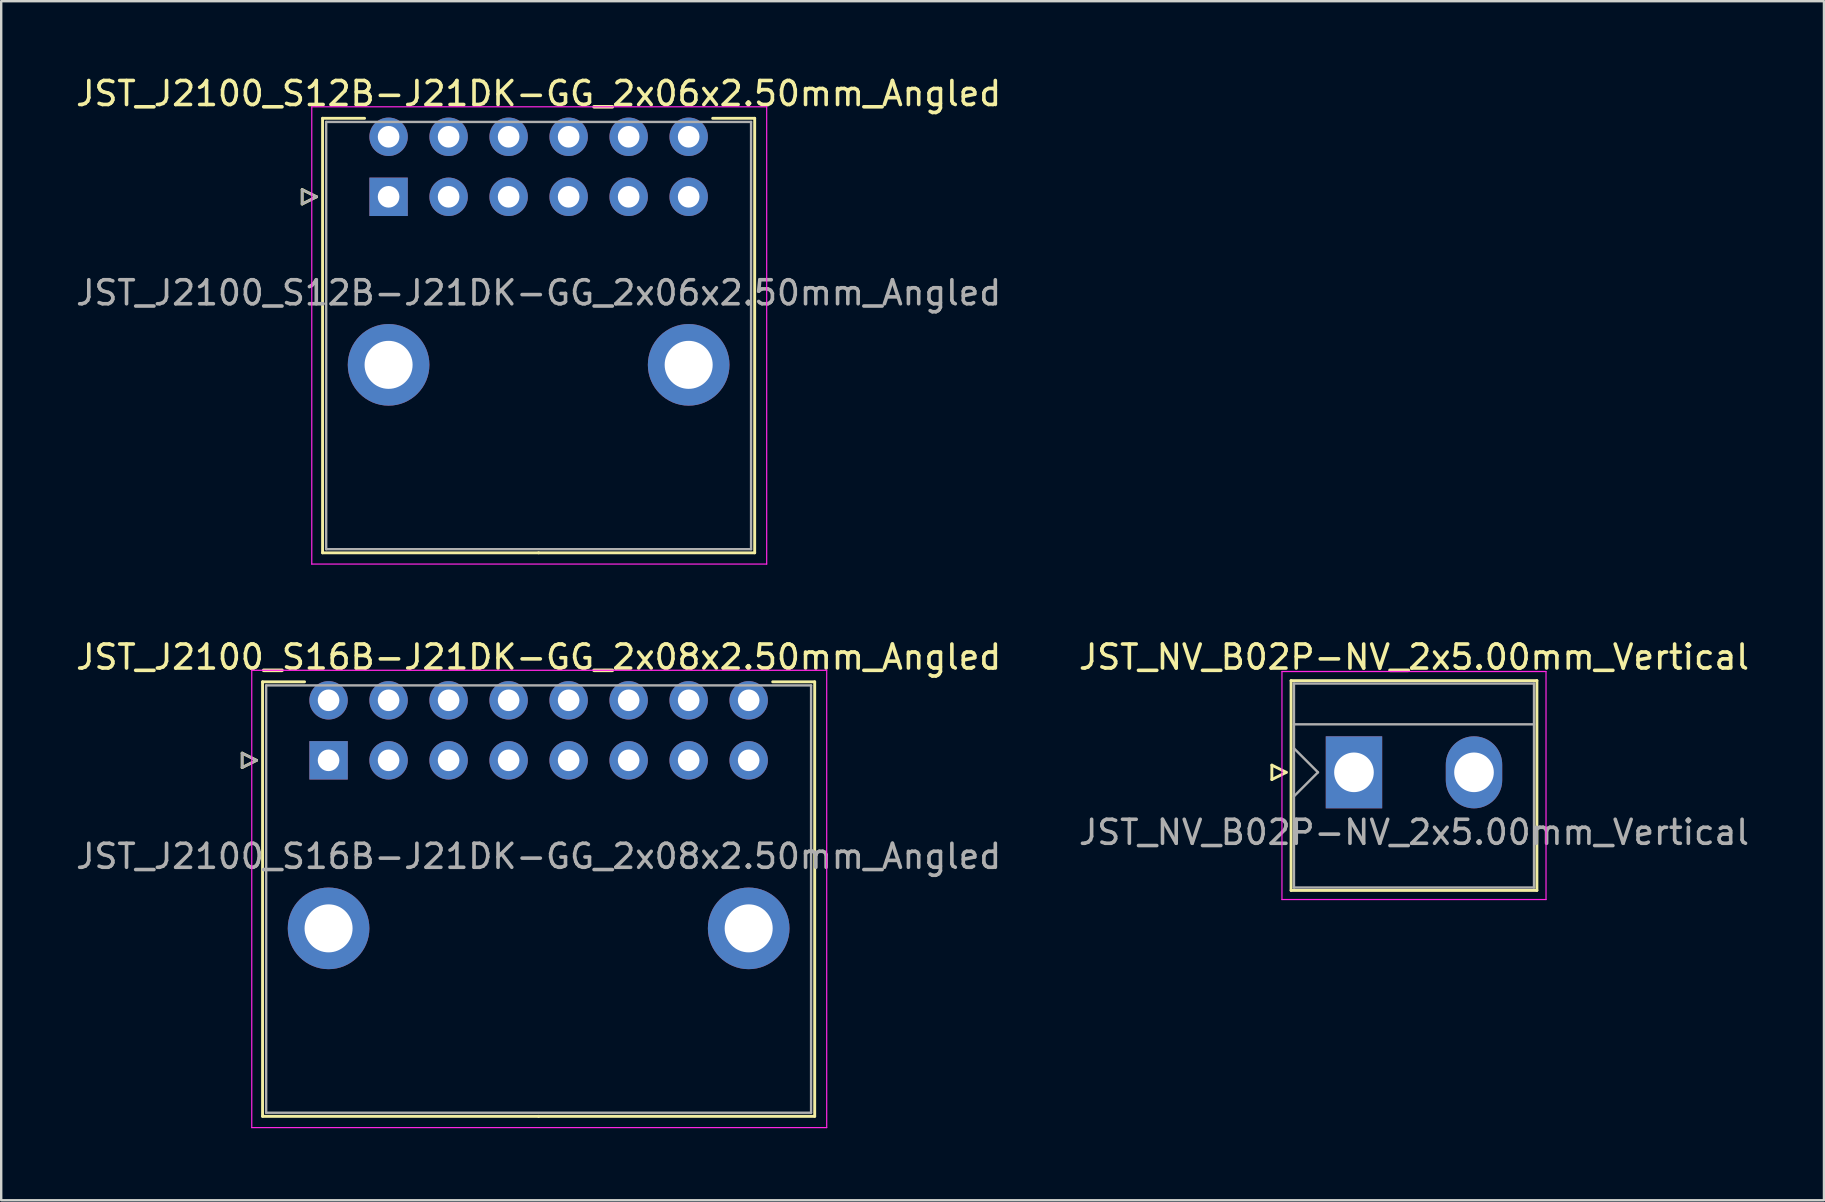
<source format=kicad_pcb>
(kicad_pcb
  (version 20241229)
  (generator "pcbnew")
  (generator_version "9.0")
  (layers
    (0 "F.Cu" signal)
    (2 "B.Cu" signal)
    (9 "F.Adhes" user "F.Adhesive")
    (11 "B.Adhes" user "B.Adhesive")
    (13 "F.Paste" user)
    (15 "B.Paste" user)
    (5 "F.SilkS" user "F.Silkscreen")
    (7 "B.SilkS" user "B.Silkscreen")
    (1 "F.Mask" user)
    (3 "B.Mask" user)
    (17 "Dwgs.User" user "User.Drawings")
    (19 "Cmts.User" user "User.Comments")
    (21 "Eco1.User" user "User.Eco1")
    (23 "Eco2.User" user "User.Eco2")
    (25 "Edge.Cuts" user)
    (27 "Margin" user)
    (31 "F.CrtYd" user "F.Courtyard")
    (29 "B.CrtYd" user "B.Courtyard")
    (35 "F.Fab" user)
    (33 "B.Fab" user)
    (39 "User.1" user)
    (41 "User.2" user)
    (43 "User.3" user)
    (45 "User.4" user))
  (footprint "JST_J2100_S12B-J21DK-GG_2x06x2.50mm_Angled"
    (layer "F.Cu")
    (at 13.137 5.148)
    (property "Reference" "JST_J2100_S12B-J21DK-GG_2x06x2.50mm_Angled" (at 6.25 -4.3 0) (layer "F.SilkS") (effects (font (size 1 1) (thickness 0.15))))
    (attr through_hole)
    (fp_line (start -3.6 -0.3) (end -3 0) (stroke (width 0.12) (type solid)) (layer "F.SilkS"))
    (fp_line (start -3.6 0.3) (end -3.6 -0.3) (stroke (width 0.12) (type solid)) (layer "F.SilkS"))
    (fp_line (start -3 0) (end -3.6 0.3) (stroke (width 0.12) (type solid)) (layer "F.SilkS"))
    (fp_line (start -2.75 -3.27) (end -2.75 14.83) (stroke (width 0.12) (type solid)) (layer "F.SilkS"))
    (fp_line (start -2.75 14.83) (end 6.25 14.83) (stroke (width 0.12) (type solid)) (layer "F.SilkS"))
    (fp_line (start -1 -3.27) (end -2.75 -3.27) (stroke (width 0.12) (type solid)) (layer "F.SilkS"))
    (fp_line (start 13.5 -3.27) (end 15.25 -3.27) (stroke (width 0.12) (type solid)) (layer "F.SilkS"))
    (fp_line (start 15.25 -3.27) (end 15.25 14.83) (stroke (width 0.12) (type solid)) (layer "F.SilkS"))
    (fp_line (start 15.25 14.83) (end 6.25 14.83) (stroke (width 0.12) (type solid)) (layer "F.SilkS"))
    (fp_line (start -3.2 -3.75) (end -3.2 15.3) (stroke (width 0.05) (type solid)) (layer "F.CrtYd"))
    (fp_line (start -3.2 15.3) (end 15.75 15.3) (stroke (width 0.05) (type solid)) (layer "F.CrtYd"))
    (fp_line (start 15.75 -3.75) (end -3.2 -3.75) (stroke (width 0.05) (type solid)) (layer "F.CrtYd"))
    (fp_line (start 15.75 15.3) (end 15.75 -3.75) (stroke (width 0.05) (type solid)) (layer "F.CrtYd"))
    (fp_line (start -3.6 -0.3) (end -3 0) (stroke (width 0.1) (type solid)) (layer "F.Fab"))
    (fp_line (start -3.6 0.3) (end -3.6 -0.3) (stroke (width 0.1) (type solid)) (layer "F.Fab"))
    (fp_line (start -3 0) (end -3.6 0.3) (stroke (width 0.1) (type solid)) (layer "F.Fab"))
    (fp_line (start -2.6 -3.12) (end -2.6 14.68) (stroke (width 0.1) (type solid)) (layer "F.Fab"))
    (fp_line (start -2.6 14.68) (end 15.1 14.68) (stroke (width 0.1) (type solid)) (layer "F.Fab"))
    (fp_line (start 15.1 -3.12) (end -2.6 -3.12) (stroke (width 0.1) (type solid)) (layer "F.Fab"))
    (fp_line (start 15.1 14.68) (end 15.1 -3.12) (stroke (width 0.1) (type solid)) (layer "F.Fab"))
    (fp_text user "${REFERENCE}" (at 6.25 4 0) (layer "F.Fab") (effects (font (size 1 1) (thickness 0.15))))
    (pad "" thru_hole circle (at 0 7) (size 3.4 3.4) (drill 2) (layers "*.Cu" "*.Mask"))
    (pad "" thru_hole circle (at 12.5 7) (size 3.4 3.4) (drill 2) (layers "*.Cu" "*.Mask"))
    (pad "1" thru_hole rect (at 0 0) (size 1.6 1.6) (drill 0.9) (layers "*.Cu" "*.Mask"))
    (pad "2" thru_hole circle (at 0 -2.5) (size 1.6 1.6) (drill 0.9) (layers "*.Cu" "*.Mask"))
    (pad "3" thru_hole circle (at 2.5 0) (size 1.6 1.6) (drill 0.9) (layers "*.Cu" "*.Mask"))
    (pad "4" thru_hole circle (at 2.5 -2.5) (size 1.6 1.6) (drill 0.9) (layers "*.Cu" "*.Mask"))
    (pad "5" thru_hole circle (at 5 0) (size 1.6 1.6) (drill 0.9) (layers "*.Cu" "*.Mask"))
    (pad "6" thru_hole circle (at 5 -2.5) (size 1.6 1.6) (drill 0.9) (layers "*.Cu" "*.Mask"))
    (pad "7" thru_hole circle (at 7.5 0) (size 1.6 1.6) (drill 0.9) (layers "*.Cu" "*.Mask"))
    (pad "8" thru_hole circle (at 7.5 -2.5) (size 1.6 1.6) (drill 0.9) (layers "*.Cu" "*.Mask"))
    (pad "9" thru_hole circle (at 10 0) (size 1.6 1.6) (drill 0.9) (layers "*.Cu" "*.Mask"))
    (pad "10" thru_hole circle (at 10 -2.5) (size 1.6 1.6) (drill 0.9) (layers "*.Cu" "*.Mask"))
    (pad "11" thru_hole circle (at 12.5 0) (size 1.6 1.6) (drill 0.9) (layers "*.Cu" "*.Mask"))
    (pad "12" thru_hole circle (at 12.5 -2.5) (size 1.6 1.6) (drill 0.9) (layers "*.Cu" "*.Mask")))
  (footprint "JST_J2100_S16B-J21DK-GG_2x08x2.50mm_Angled"
    (layer "F.Cu")
    (at 10.637 28.622)
    (property "Reference" "JST_J2100_S16B-J21DK-GG_2x08x2.50mm_Angled" (at 8.75 -4.3 0) (layer "F.SilkS") (effects (font (size 1 1) (thickness 0.15))))
    (attr through_hole)
    (fp_line (start -3.6 -0.3) (end -3 0) (stroke (width 0.12) (type solid)) (layer "F.SilkS"))
    (fp_line (start -3.6 0.3) (end -3.6 -0.3) (stroke (width 0.12) (type solid)) (layer "F.SilkS"))
    (fp_line (start -3 0) (end -3.6 0.3) (stroke (width 0.12) (type solid)) (layer "F.SilkS"))
    (fp_line (start -2.75 -3.27) (end -2.75 14.83) (stroke (width 0.12) (type solid)) (layer "F.SilkS"))
    (fp_line (start -2.75 14.83) (end 8.75 14.83) (stroke (width 0.12) (type solid)) (layer "F.SilkS"))
    (fp_line (start -1 -3.27) (end -2.75 -3.27) (stroke (width 0.12) (type solid)) (layer "F.SilkS"))
    (fp_line (start 18.5 -3.27) (end 20.25 -3.27) (stroke (width 0.12) (type solid)) (layer "F.SilkS"))
    (fp_line (start 20.25 -3.27) (end 20.25 14.83) (stroke (width 0.12) (type solid)) (layer "F.SilkS"))
    (fp_line (start 20.25 14.83) (end 8.75 14.83) (stroke (width 0.12) (type solid)) (layer "F.SilkS"))
    (fp_line (start -3.2 -3.75) (end -3.2 15.3) (stroke (width 0.05) (type solid)) (layer "F.CrtYd"))
    (fp_line (start -3.2 15.3) (end 20.75 15.3) (stroke (width 0.05) (type solid)) (layer "F.CrtYd"))
    (fp_line (start 20.75 -3.75) (end -3.2 -3.75) (stroke (width 0.05) (type solid)) (layer "F.CrtYd"))
    (fp_line (start 20.75 15.3) (end 20.75 -3.75) (stroke (width 0.05) (type solid)) (layer "F.CrtYd"))
    (fp_line (start -3.6 -0.3) (end -3 0) (stroke (width 0.1) (type solid)) (layer "F.Fab"))
    (fp_line (start -3.6 0.3) (end -3.6 -0.3) (stroke (width 0.1) (type solid)) (layer "F.Fab"))
    (fp_line (start -3 0) (end -3.6 0.3) (stroke (width 0.1) (type solid)) (layer "F.Fab"))
    (fp_line (start -2.6 -3.12) (end -2.6 14.68) (stroke (width 0.1) (type solid)) (layer "F.Fab"))
    (fp_line (start -2.6 14.68) (end 20.1 14.68) (stroke (width 0.1) (type solid)) (layer "F.Fab"))
    (fp_line (start 20.1 -3.12) (end -2.6 -3.12) (stroke (width 0.1) (type solid)) (layer "F.Fab"))
    (fp_line (start 20.1 14.68) (end 20.1 -3.12) (stroke (width 0.1) (type solid)) (layer "F.Fab"))
    (fp_text user "${REFERENCE}" (at 8.75 4 0) (layer "F.Fab") (effects (font (size 1 1) (thickness 0.15))))
    (pad "" thru_hole circle (at 0 7) (size 3.4 3.4) (drill 2) (layers "*.Cu" "*.Mask"))
    (pad "" thru_hole circle (at 17.5 7) (size 3.4 3.4) (drill 2) (layers "*.Cu" "*.Mask"))
    (pad "1" thru_hole rect (at 0 0) (size 1.6 1.6) (drill 0.9) (layers "*.Cu" "*.Mask"))
    (pad "2" thru_hole circle (at 0 -2.5) (size 1.6 1.6) (drill 0.9) (layers "*.Cu" "*.Mask"))
    (pad "3" thru_hole circle (at 2.5 0) (size 1.6 1.6) (drill 0.9) (layers "*.Cu" "*.Mask"))
    (pad "4" thru_hole circle (at 2.5 -2.5) (size 1.6 1.6) (drill 0.9) (layers "*.Cu" "*.Mask"))
    (pad "5" thru_hole circle (at 5 0) (size 1.6 1.6) (drill 0.9) (layers "*.Cu" "*.Mask"))
    (pad "6" thru_hole circle (at 5 -2.5) (size 1.6 1.6) (drill 0.9) (layers "*.Cu" "*.Mask"))
    (pad "7" thru_hole circle (at 7.5 0) (size 1.6 1.6) (drill 0.9) (layers "*.Cu" "*.Mask"))
    (pad "8" thru_hole circle (at 7.5 -2.5) (size 1.6 1.6) (drill 0.9) (layers "*.Cu" "*.Mask"))
    (pad "9" thru_hole circle (at 10 0) (size 1.6 1.6) (drill 0.9) (layers "*.Cu" "*.Mask"))
    (pad "10" thru_hole circle (at 10 -2.5) (size 1.6 1.6) (drill 0.9) (layers "*.Cu" "*.Mask"))
    (pad "11" thru_hole circle (at 12.5 0) (size 1.6 1.6) (drill 0.9) (layers "*.Cu" "*.Mask"))
    (pad "12" thru_hole circle (at 12.5 -2.5) (size 1.6 1.6) (drill 0.9) (layers "*.Cu" "*.Mask"))
    (pad "13" thru_hole circle (at 15 0) (size 1.6 1.6) (drill 0.9) (layers "*.Cu" "*.Mask"))
    (pad "14" thru_hole circle (at 15 -2.5) (size 1.6 1.6) (drill 0.9) (layers "*.Cu" "*.Mask"))
    (pad "15" thru_hole circle (at 17.5 0) (size 1.6 1.6) (drill 0.9) (layers "*.Cu" "*.Mask"))
    (pad "16" thru_hole circle (at 17.5 -2.5) (size 1.6 1.6) (drill 0.9) (layers "*.Cu" "*.Mask")))
  (footprint "JST_NV_B02P-NV_2x5.00mm_Vertical"
    (layer "F.Cu")
    (at 53.351 29.122)
    (property "Reference" "JST_NV_B02P-NV_2x5.00mm_Vertical" (at 2.5 -4.8 0) (layer "F.SilkS") (effects (font (size 1 1) (thickness 0.15))))
    (attr through_hole)
    (fp_line (start -3.42 -0.3) (end -2.82 0) (stroke (width 0.12) (type solid)) (layer "F.SilkS"))
    (fp_line (start -3.42 0.3) (end -3.42 -0.3) (stroke (width 0.12) (type solid)) (layer "F.SilkS"))
    (fp_line (start -2.82 0) (end -3.42 0.3) (stroke (width 0.12) (type solid)) (layer "F.SilkS"))
    (fp_line (start -2.62 -3.82) (end -2.62 4.92) (stroke (width 0.12) (type solid)) (layer "F.SilkS"))
    (fp_line (start -2.62 4.92) (end 7.62 4.92) (stroke (width 0.12) (type solid)) (layer "F.SilkS"))
    (fp_line (start 7.62 -3.82) (end -2.62 -3.82) (stroke (width 0.12) (type solid)) (layer "F.SilkS"))
    (fp_line (start 7.62 4.92) (end 7.62 -3.82) (stroke (width 0.12) (type solid)) (layer "F.SilkS"))
    (fp_line (start -3 -4.2) (end -3 5.3) (stroke (width 0.05) (type solid)) (layer "F.CrtYd"))
    (fp_line (start -3 5.3) (end 8 5.3) (stroke (width 0.05) (type solid)) (layer "F.CrtYd"))
    (fp_line (start 8 -4.2) (end -3 -4.2) (stroke (width 0.05) (type solid)) (layer "F.CrtYd"))
    (fp_line (start 8 5.3) (end 8 -4.2) (stroke (width 0.05) (type solid)) (layer "F.CrtYd"))
    (fp_line (start -2.5 -3.7) (end -2.5 4.8) (stroke (width 0.1) (type solid)) (layer "F.Fab"))
    (fp_line (start -2.5 -2) (end 7.5 -2) (stroke (width 0.1) (type solid)) (layer "F.Fab"))
    (fp_line (start -2.5 -1) (end -1.5 0) (stroke (width 0.1) (type solid)) (layer "F.Fab"))
    (fp_line (start -2.5 1) (end -1.5 0) (stroke (width 0.1) (type solid)) (layer "F.Fab"))
    (fp_line (start -2.5 4.8) (end 7.5 4.8) (stroke (width 0.1) (type solid)) (layer "F.Fab"))
    (fp_line (start 7.5 -3.7) (end -2.5 -3.7) (stroke (width 0.1) (type solid)) (layer "F.Fab"))
    (fp_line (start 7.5 4.8) (end 7.5 -3.7) (stroke (width 0.1) (type solid)) (layer "F.Fab"))
    (fp_text user "${REFERENCE}" (at 2.5 2.5 0) (layer "F.Fab") (effects (font (size 1 1) (thickness 0.15))))
    (pad "1" thru_hole rect (at 0 0) (size 2.35 3) (drill 1.65) (layers "*.Cu" "*.Mask"))
    (pad "2" thru_hole oval (at 5 0) (size 2.35 3) (drill 1.65) (layers "*.Cu" "*.Mask")))
  (gr_rect
    (start -3 -3)
    (end 72.929 46.947)
    (stroke (width 0.1) (type default))
    (fill no)
    (layer "Edge.Cuts")))
</source>
